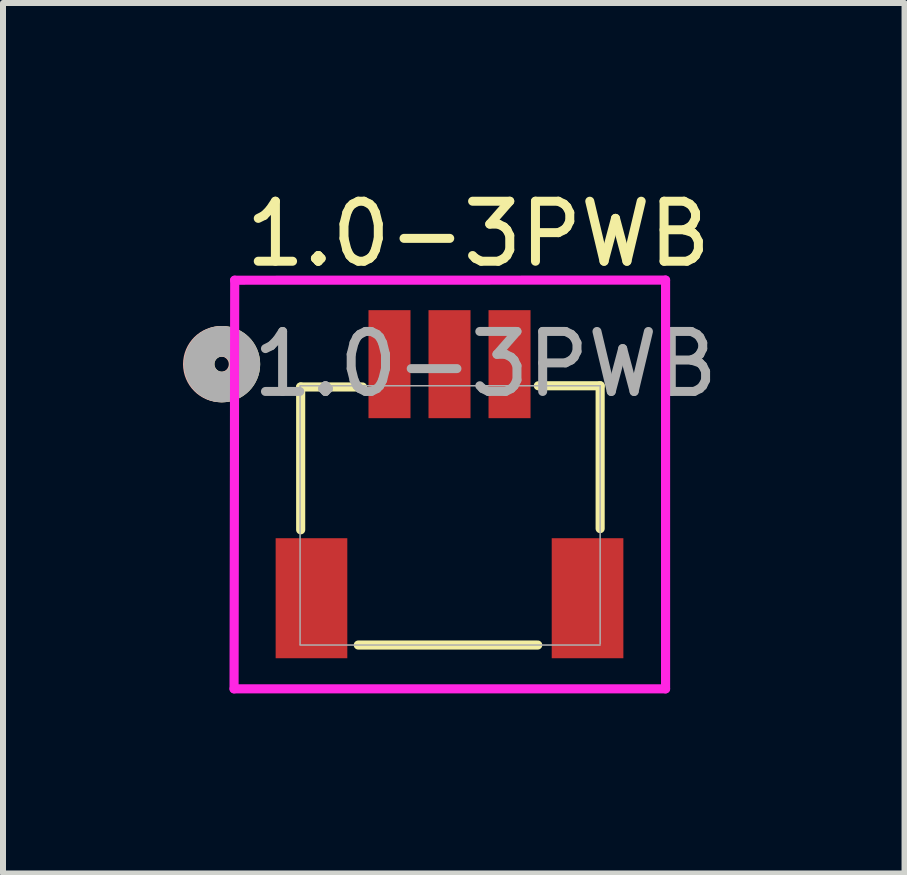
<source format=kicad_pcb>
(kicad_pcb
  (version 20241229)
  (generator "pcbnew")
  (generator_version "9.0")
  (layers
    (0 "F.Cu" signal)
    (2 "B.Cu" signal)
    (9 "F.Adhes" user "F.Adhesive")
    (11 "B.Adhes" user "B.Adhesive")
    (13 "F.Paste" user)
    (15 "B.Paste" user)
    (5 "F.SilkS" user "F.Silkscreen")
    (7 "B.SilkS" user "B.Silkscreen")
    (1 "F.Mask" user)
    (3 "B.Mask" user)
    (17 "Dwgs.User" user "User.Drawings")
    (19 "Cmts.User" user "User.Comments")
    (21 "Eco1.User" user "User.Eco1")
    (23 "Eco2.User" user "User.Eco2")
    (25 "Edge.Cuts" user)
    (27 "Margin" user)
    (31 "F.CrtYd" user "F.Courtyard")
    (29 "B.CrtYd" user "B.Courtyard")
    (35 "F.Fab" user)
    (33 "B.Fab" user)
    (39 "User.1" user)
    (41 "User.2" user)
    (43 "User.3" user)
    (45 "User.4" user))
  (footprint "1.0-3PWB"
    (layer "F.Cu")
    (at 5.04 5.118)
    (property "Reference" "1.0-3PWB" (at -0.12 -4.27 0) (unlocked yes) (layer "F.SilkS") (effects (font (size 1 1) (thickness 0.15))))
    (attr smd)
    (fp_line (start -3.08 -1.72) (end -3.08 0.66) (stroke (width 0.152) (type solid)) (layer "F.SilkS"))
    (fp_line (start -3.08 -1.72) (end -2.05 -1.72) (stroke (width 0.152) (type solid)) (layer "F.SilkS"))
    (fp_line (start -2.12 2.58) (end 0.87 2.58) (stroke (width 0.152) (type solid)) (layer "F.SilkS"))
    (fp_line (start 0.88 -1.74) (end 1.91 -1.74) (stroke (width 0.152) (type solid)) (layer "F.SilkS"))
    (fp_line (start 1.91 -1.74) (end 1.91 0.64) (stroke (width 0.152) (type solid)) (layer "F.SilkS"))
    (fp_circle (center -4.39 -2.1) (end -4.009 -2.1) (stroke (width 0.508) (type solid)) (fill no) (layer "F.SilkS"))
    (fp_circle (center -4.405 -2.1) (end -4.024 -2.1) (stroke (width 0.508) (type solid)) (fill no) (layer "B.SilkS"))
    (fp_line (start -4.19 3.31) (end 3 3.31) (stroke (width 0.152) (type solid)) (layer "F.CrtYd"))
    (fp_line (start -4.179 -3.499) (end -4.19 3.31) (stroke (width 0.152) (type solid)) (layer "F.CrtYd"))
    (fp_line (start 3 -3.501) (end -4.181 -3.499) (stroke (width 0.152) (type solid)) (layer "F.CrtYd"))
    (fp_line (start 3 3.31) (end 3 -3.501) (stroke (width 0.152) (type solid)) (layer "F.CrtYd"))
    (fp_line (start -3.09 -1.74) (end 1.91 -1.74) (stroke (width 0.025) (type solid)) (layer "F.Fab"))
    (fp_line (start -3.09 -1.73) (end -3.09 2.57) (stroke (width 0.025) (type solid)) (layer "F.Fab"))
    (fp_line (start -3.09 2.58) (end 1.91 2.58) (stroke (width 0.025) (type solid)) (layer "F.Fab"))
    (fp_line (start 1.91 -1.74) (end 1.91 2.56) (stroke (width 0.025) (type solid)) (layer "F.Fab"))
    (fp_circle (center -4.39 -2.1) (end -4.009 -2.1) (stroke (width 0.508) (type solid)) (fill no) (layer "F.Fab"))
    (fp_text user "${REFERENCE}" (at 0 -2.1 0) (unlocked yes) (layer "F.Fab") (effects (font (size 1 1) (thickness 0.15))))
    (pad "1" smd rect (at -1.6 -2.1) (size 0.7 1.8) (layers "F.Cu" "F.Mask" "F.Paste"))
    (pad "2" smd rect (at -0.6 -2.1) (size 0.7 1.8) (layers "F.Cu" "F.Mask" "F.Paste"))
    (pad "3" smd rect (at 0.4 -2.1) (size 0.7 1.8) (layers "F.Cu" "F.Mask" "F.Paste"))
    (pad "4" smd rect (at -2.9 1.8) (size 1.194 2) (layers "F.Cu" "F.Mask" "F.Paste"))
    (pad "5" smd rect (at 1.7 1.8) (size 1.194 2) (layers "F.Cu" "F.Mask" "F.Paste")))
  (gr_rect
    (start -3 -3)
    (end 12.022 11.504)
    (stroke (width 0.1) (type default))
    (fill no)
    (layer "Edge.Cuts")))
</source>
